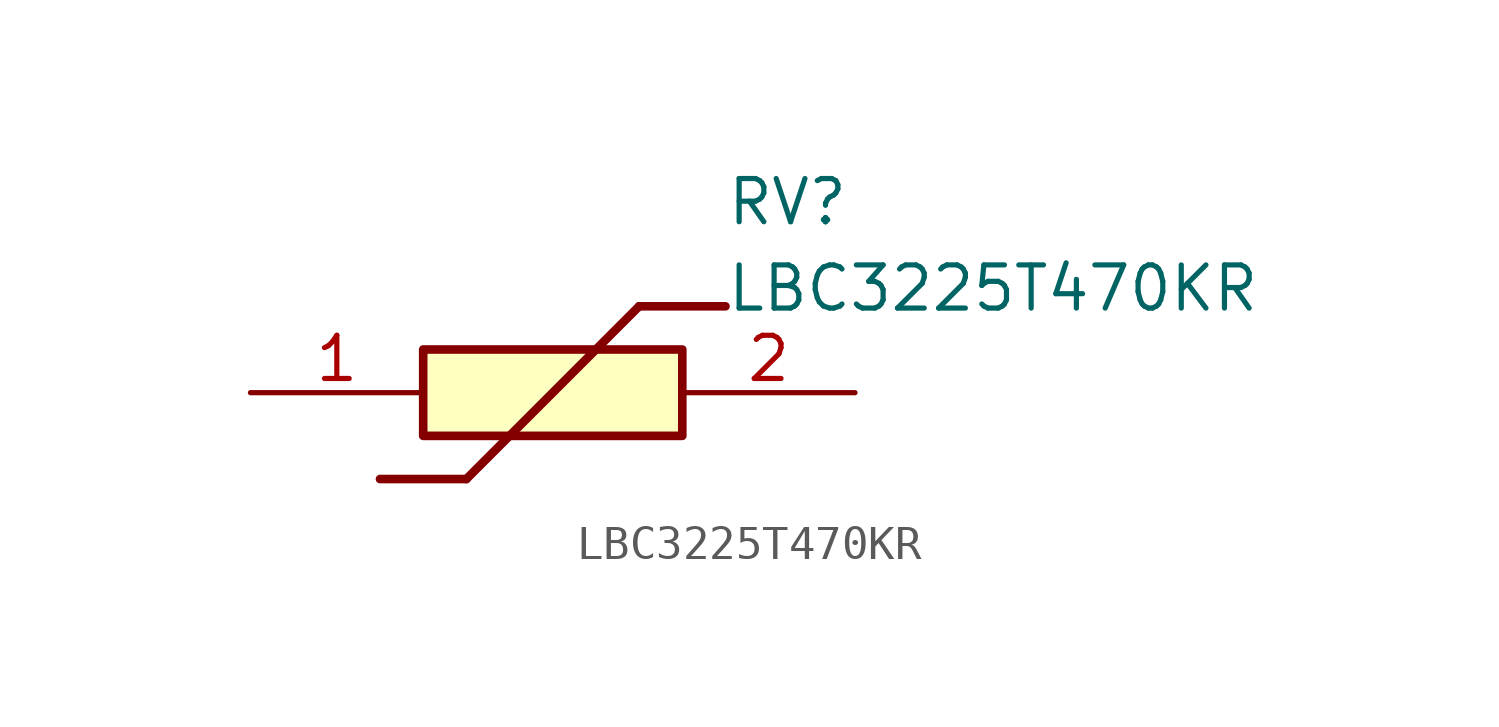
<source format=kicad_sym>
(kicad_symbol_lib
  (version 20211014)
  (generator SamacSys_ECAD_Model)
  (symbol "LBC3225T470KR"
    (pin_names hide)
    (property "Reference" "RV"
      (at 13.97 6.35 0)
      (effects (font (size 1.27 1.27)) (justify left top)))
    (property "Value" "LBC3225T470KR"
      (at 13.97 3.81 0)
      (effects (font (size 1.27 1.27)) (justify left top)))
    (rectangle
      (start 5.08 1.27)
      (end 12.7 -1.27)
      (stroke (width 0.254) (type default))
      (fill (type background)))
    (polyline
      (pts (xy 3.81 -2.54) (xy 6.35 -2.54))
      (stroke (width 0.254) (type default))
      (fill (type none)))
    (polyline
      (pts (xy 11.43 2.54) (xy 6.35 -2.54))
      (stroke (width 0.254) (type default))
      (fill (type none)))
    (polyline
      (pts (xy 11.43 2.54) (xy 13.97 2.54))
      (stroke (width 0.254) (type default))
      (fill (type none)))
    (pin passive line
      (at 0 0 0)
      (length 5.08)
      (name "1" (effects (font (size 1.27 1.27))))
      (number "1" (effects (font (size 1.27 1.27)))))
    (pin passive line
      (at 17.78 0 180)
      (length 5.08)
      (name "2" (effects (font (size 1.27 1.27))))
      (number "2" (effects (font (size 1.27 1.27)))))))
</source>
